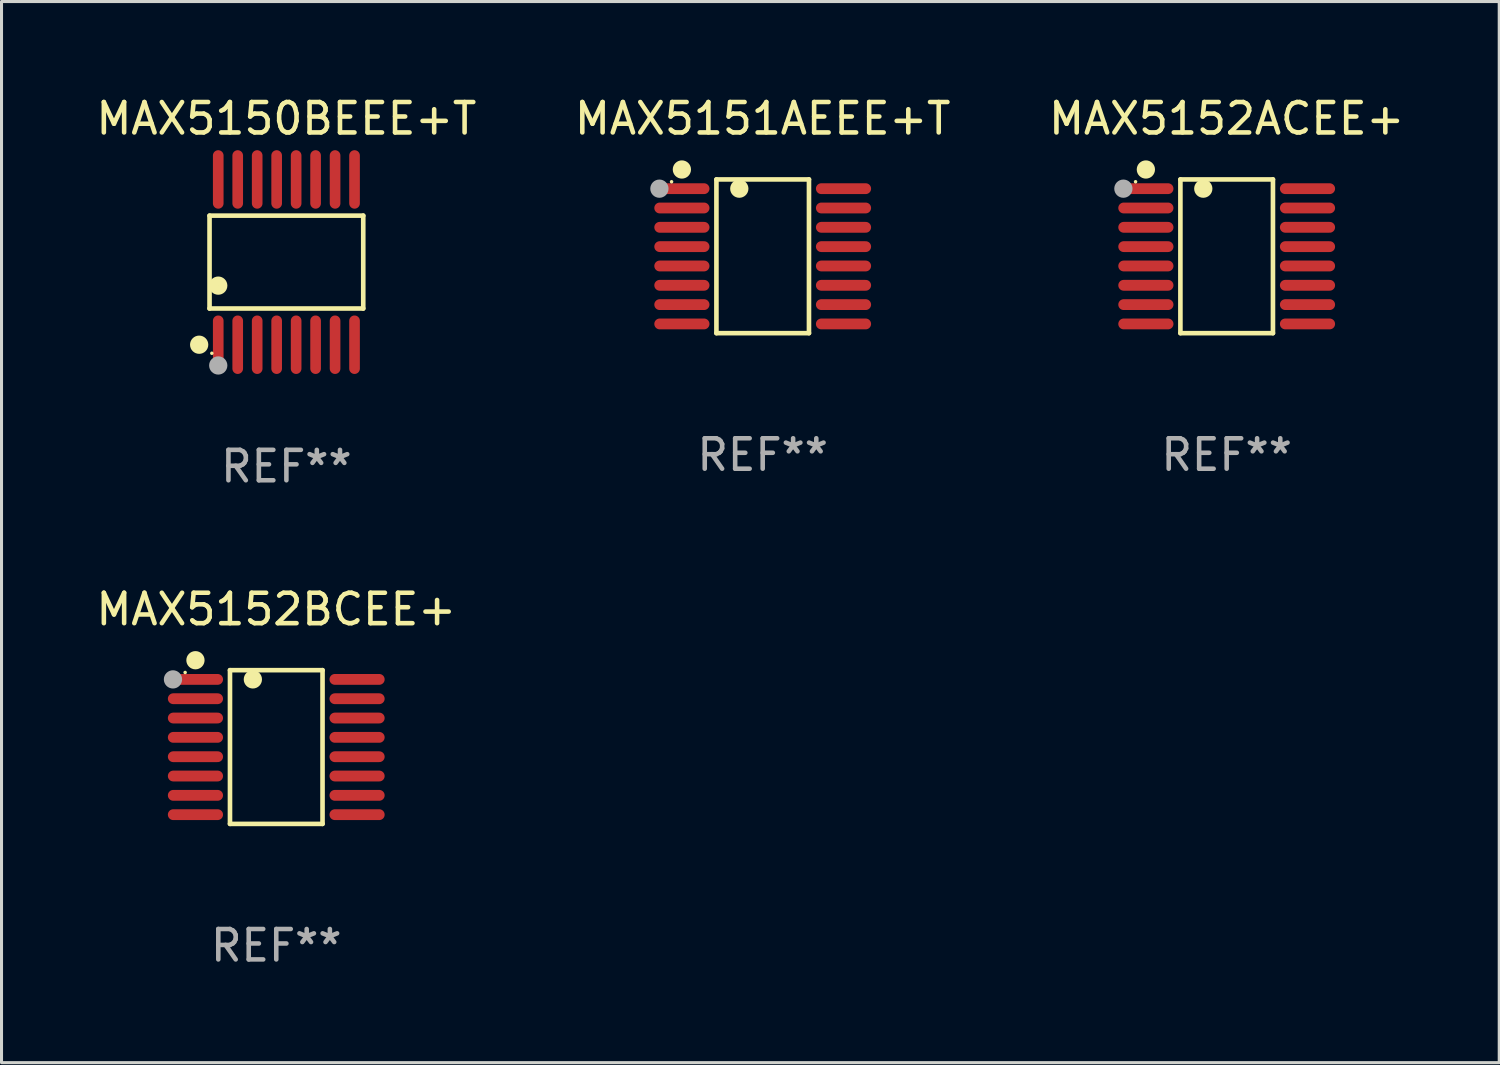
<source format=kicad_pcb>
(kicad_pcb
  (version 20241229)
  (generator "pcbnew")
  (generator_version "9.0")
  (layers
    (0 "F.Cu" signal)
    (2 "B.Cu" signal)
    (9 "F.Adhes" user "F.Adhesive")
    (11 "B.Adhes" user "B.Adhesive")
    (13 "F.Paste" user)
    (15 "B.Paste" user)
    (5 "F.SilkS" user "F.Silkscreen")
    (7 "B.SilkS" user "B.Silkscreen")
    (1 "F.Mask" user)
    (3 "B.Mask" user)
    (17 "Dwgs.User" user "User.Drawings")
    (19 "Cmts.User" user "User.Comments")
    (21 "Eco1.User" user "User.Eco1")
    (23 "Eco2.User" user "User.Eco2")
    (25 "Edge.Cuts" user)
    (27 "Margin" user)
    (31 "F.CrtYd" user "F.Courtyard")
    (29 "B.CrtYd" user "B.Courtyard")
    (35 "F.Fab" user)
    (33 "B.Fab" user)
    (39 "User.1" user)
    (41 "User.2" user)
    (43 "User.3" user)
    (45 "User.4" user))
  (footprint "MAX5150BEEE+T"
    (layer "F.Cu")
    (at 6.363 5.564)
    (property "Reference" "MAX5150BEEE+T" (at 0 -4.716 0) (layer "F.SilkS") (effects (font (size 1 1) (thickness 0.15))))
    (attr through_hole)
    (fp_line (start -2.526 -1.526) (end 2.526 -1.526) (stroke (width 0.152) (type solid)) (layer "F.SilkS"))
    (fp_line (start -2.526 1.526) (end -2.526 -1.526) (stroke (width 0.152) (type solid)) (layer "F.SilkS"))
    (fp_line (start 2.526 -1.526) (end 2.526 1.526) (stroke (width 0.152) (type solid)) (layer "F.SilkS"))
    (fp_line (start 2.526 1.526) (end -2.526 1.526) (stroke (width 0.152) (type solid)) (layer "F.SilkS"))
    (fp_circle (center -2.867 2.716) (end -2.717 2.716) (stroke (width 0.3) (type solid)) (fill no) (layer "F.SilkS"))
    (fp_circle (center -2.45 2.997) (end -2.42 2.997) (stroke (width 0.06) (type solid)) (fill no) (layer "F.SilkS"))
    (fp_circle (center -2.24 0.774) (end -2.09 0.774) (stroke (width 0.3) (type solid)) (fill no) (layer "F.SilkS"))
    (fp_circle (center -2.24 3.398) (end -2.09 3.398) (stroke (width 0.3) (type solid)) (fill no) (layer "F.Fab"))
    (fp_text user "REF**" (at 0 6.716 0) (layer "F.Fab") (effects (font (size 1 1) (thickness 0.15))))
    (pad "1" smd oval (at -2.24 2.716) (size 0.35 1.922) (layers "F.Cu" "F.Mask" "F.Paste"))
    (pad "2" smd oval (at -1.6 2.716) (size 0.35 1.922) (layers "F.Cu" "F.Mask" "F.Paste"))
    (pad "3" smd oval (at -0.96 2.716) (size 0.35 1.922) (layers "F.Cu" "F.Mask" "F.Paste"))
    (pad "4" smd oval (at -0.32 2.716) (size 0.35 1.922) (layers "F.Cu" "F.Mask" "F.Paste"))
    (pad "5" smd oval (at 0.32 2.716) (size 0.35 1.922) (layers "F.Cu" "F.Mask" "F.Paste"))
    (pad "6" smd oval (at 0.96 2.716) (size 0.35 1.922) (layers "F.Cu" "F.Mask" "F.Paste"))
    (pad "7" smd oval (at 1.6 2.716) (size 0.35 1.922) (layers "F.Cu" "F.Mask" "F.Paste"))
    (pad "8" smd oval (at 2.24 2.716) (size 0.35 1.922) (layers "F.Cu" "F.Mask" "F.Paste"))
    (pad "9" smd oval (at 2.24 -2.716) (size 0.35 1.922) (layers "F.Cu" "F.Mask" "F.Paste"))
    (pad "10" smd oval (at 1.6 -2.716) (size 0.35 1.922) (layers "F.Cu" "F.Mask" "F.Paste"))
    (pad "11" smd oval (at 0.96 -2.716) (size 0.35 1.922) (layers "F.Cu" "F.Mask" "F.Paste"))
    (pad "12" smd oval (at 0.32 -2.716) (size 0.35 1.922) (layers "F.Cu" "F.Mask" "F.Paste"))
    (pad "13" smd oval (at -0.32 -2.716) (size 0.35 1.922) (layers "F.Cu" "F.Mask" "F.Paste"))
    (pad "14" smd oval (at -0.96 -2.716) (size 0.35 1.922) (layers "F.Cu" "F.Mask" "F.Paste"))
    (pad "15" smd oval (at -1.6 -2.716) (size 0.35 1.922) (layers "F.Cu" "F.Mask" "F.Paste"))
    (pad "16" smd oval (at -2.24 -2.716) (size 0.35 1.922) (layers "F.Cu" "F.Mask" "F.Paste")))
  (footprint "MAX5151AEEE+T"
    (layer "F.Cu")
    (at 22.018 5.374)
    (property "Reference" "MAX5151AEEE+T" (at 0 -4.526 0) (layer "F.SilkS") (effects (font (size 1 1) (thickness 0.15))))
    (attr through_hole)
    (fp_line (start -1.521 -2.526) (end 1.521 -2.526) (stroke (width 0.152) (type solid)) (layer "F.SilkS"))
    (fp_line (start -1.521 2.526) (end -1.521 -2.526) (stroke (width 0.152) (type solid)) (layer "F.SilkS"))
    (fp_line (start 1.521 -2.526) (end 1.521 2.526) (stroke (width 0.152) (type solid)) (layer "F.SilkS"))
    (fp_line (start 1.521 2.526) (end -1.521 2.526) (stroke (width 0.152) (type solid)) (layer "F.SilkS"))
    (fp_circle (center -2.995 -2.45) (end -2.965 -2.45) (stroke (width 0.06) (type solid)) (fill no) (layer "F.SilkS"))
    (fp_circle (center -2.656 -2.853) (end -2.506 -2.853) (stroke (width 0.3) (type solid)) (fill no) (layer "F.SilkS"))
    (fp_circle (center -0.769 -2.223) (end -0.619 -2.223) (stroke (width 0.3) (type solid)) (fill no) (layer "F.SilkS"))
    (fp_circle (center -3.395 -2.223) (end -3.245 -2.223) (stroke (width 0.3) (type solid)) (fill no) (layer "F.Fab"))
    (fp_text user "REF**" (at 0 6.526 0) (layer "F.Fab") (effects (font (size 1 1) (thickness 0.15))))
    (pad "1" smd oval (at -2.656 -2.223 270) (size 0.356 1.813) (layers "F.Cu" "F.Mask" "F.Paste"))
    (pad "2" smd oval (at -2.656 -1.588 270) (size 0.356 1.813) (layers "F.Cu" "F.Mask" "F.Paste"))
    (pad "3" smd oval (at -2.656 -0.953 270) (size 0.356 1.813) (layers "F.Cu" "F.Mask" "F.Paste"))
    (pad "4" smd oval (at -2.656 -0.318 270) (size 0.356 1.813) (layers "F.Cu" "F.Mask" "F.Paste"))
    (pad "5" smd oval (at -2.656 0.318 270) (size 0.356 1.813) (layers "F.Cu" "F.Mask" "F.Paste"))
    (pad "6" smd oval (at -2.656 0.953 270) (size 0.356 1.813) (layers "F.Cu" "F.Mask" "F.Paste"))
    (pad "7" smd oval (at -2.656 1.588 270) (size 0.356 1.813) (layers "F.Cu" "F.Mask" "F.Paste"))
    (pad "8" smd oval (at -2.656 2.223 270) (size 0.356 1.813) (layers "F.Cu" "F.Mask" "F.Paste"))
    (pad "9" smd oval (at 2.656 2.223 270) (size 0.356 1.813) (layers "F.Cu" "F.Mask" "F.Paste"))
    (pad "10" smd oval (at 2.656 1.588 270) (size 0.356 1.813) (layers "F.Cu" "F.Mask" "F.Paste"))
    (pad "11" smd oval (at 2.656 0.953 270) (size 0.356 1.813) (layers "F.Cu" "F.Mask" "F.Paste"))
    (pad "12" smd oval (at 2.656 0.318 270) (size 0.356 1.813) (layers "F.Cu" "F.Mask" "F.Paste"))
    (pad "13" smd oval (at 2.656 -0.318 270) (size 0.356 1.813) (layers "F.Cu" "F.Mask" "F.Paste"))
    (pad "14" smd oval (at 2.656 -0.953 270) (size 0.356 1.813) (layers "F.Cu" "F.Mask" "F.Paste"))
    (pad "15" smd oval (at 2.656 -1.588 270) (size 0.356 1.813) (layers "F.Cu" "F.Mask" "F.Paste"))
    (pad "16" smd oval (at 2.656 -2.223 270) (size 0.356 1.813) (layers "F.Cu" "F.Mask" "F.Paste")))
  (footprint "MAX5152BCEE+"
    (layer "F.Cu")
    (at 6.03 21.503)
    (property "Reference" "MAX5152BCEE+" (at 0 -4.526 0) (layer "F.SilkS") (effects (font (size 1 1) (thickness 0.15))))
    (attr through_hole)
    (fp_line (start -1.521 -2.526) (end 1.521 -2.526) (stroke (width 0.152) (type solid)) (layer "F.SilkS"))
    (fp_line (start -1.521 2.526) (end -1.521 -2.526) (stroke (width 0.152) (type solid)) (layer "F.SilkS"))
    (fp_line (start 1.521 -2.526) (end 1.521 2.526) (stroke (width 0.152) (type solid)) (layer "F.SilkS"))
    (fp_line (start 1.521 2.526) (end -1.521 2.526) (stroke (width 0.152) (type solid)) (layer "F.SilkS"))
    (fp_circle (center -2.995 -2.45) (end -2.965 -2.45) (stroke (width 0.06) (type solid)) (fill no) (layer "F.SilkS"))
    (fp_circle (center -2.656 -2.853) (end -2.506 -2.853) (stroke (width 0.3) (type solid)) (fill no) (layer "F.SilkS"))
    (fp_circle (center -0.769 -2.223) (end -0.619 -2.223) (stroke (width 0.3) (type solid)) (fill no) (layer "F.SilkS"))
    (fp_circle (center -3.395 -2.223) (end -3.245 -2.223) (stroke (width 0.3) (type solid)) (fill no) (layer "F.Fab"))
    (fp_text user "REF**" (at 0 6.526 0) (layer "F.Fab") (effects (font (size 1 1) (thickness 0.15))))
    (pad "1" smd oval (at -2.656 -2.223 270) (size 0.356 1.813) (layers "F.Cu" "F.Mask" "F.Paste"))
    (pad "2" smd oval (at -2.656 -1.588 270) (size 0.356 1.813) (layers "F.Cu" "F.Mask" "F.Paste"))
    (pad "3" smd oval (at -2.656 -0.953 270) (size 0.356 1.813) (layers "F.Cu" "F.Mask" "F.Paste"))
    (pad "4" smd oval (at -2.656 -0.318 270) (size 0.356 1.813) (layers "F.Cu" "F.Mask" "F.Paste"))
    (pad "5" smd oval (at -2.656 0.318 270) (size 0.356 1.813) (layers "F.Cu" "F.Mask" "F.Paste"))
    (pad "6" smd oval (at -2.656 0.953 270) (size 0.356 1.813) (layers "F.Cu" "F.Mask" "F.Paste"))
    (pad "7" smd oval (at -2.656 1.588 270) (size 0.356 1.813) (layers "F.Cu" "F.Mask" "F.Paste"))
    (pad "8" smd oval (at -2.656 2.223 270) (size 0.356 1.813) (layers "F.Cu" "F.Mask" "F.Paste"))
    (pad "9" smd oval (at 2.656 2.223 270) (size 0.356 1.813) (layers "F.Cu" "F.Mask" "F.Paste"))
    (pad "10" smd oval (at 2.656 1.588 270) (size 0.356 1.813) (layers "F.Cu" "F.Mask" "F.Paste"))
    (pad "11" smd oval (at 2.656 0.953 270) (size 0.356 1.813) (layers "F.Cu" "F.Mask" "F.Paste"))
    (pad "12" smd oval (at 2.656 0.318 270) (size 0.356 1.813) (layers "F.Cu" "F.Mask" "F.Paste"))
    (pad "13" smd oval (at 2.656 -0.318 270) (size 0.356 1.813) (layers "F.Cu" "F.Mask" "F.Paste"))
    (pad "14" smd oval (at 2.656 -0.953 270) (size 0.356 1.813) (layers "F.Cu" "F.Mask" "F.Paste"))
    (pad "15" smd oval (at 2.656 -1.588 270) (size 0.356 1.813) (layers "F.Cu" "F.Mask" "F.Paste"))
    (pad "16" smd oval (at 2.656 -2.223 270) (size 0.356 1.813) (layers "F.Cu" "F.Mask" "F.Paste")))
  (footprint "MAX5152ACEE+"
    (layer "F.Cu")
    (at 37.268 5.374)
    (property "Reference" "MAX5152ACEE+" (at 0 -4.526 0) (layer "F.SilkS") (effects (font (size 1 1) (thickness 0.15))))
    (attr through_hole)
    (fp_line (start -1.521 -2.526) (end 1.521 -2.526) (stroke (width 0.152) (type solid)) (layer "F.SilkS"))
    (fp_line (start -1.521 2.526) (end -1.521 -2.526) (stroke (width 0.152) (type solid)) (layer "F.SilkS"))
    (fp_line (start 1.521 -2.526) (end 1.521 2.526) (stroke (width 0.152) (type solid)) (layer "F.SilkS"))
    (fp_line (start 1.521 2.526) (end -1.521 2.526) (stroke (width 0.152) (type solid)) (layer "F.SilkS"))
    (fp_circle (center -2.995 -2.45) (end -2.965 -2.45) (stroke (width 0.06) (type solid)) (fill no) (layer "F.SilkS"))
    (fp_circle (center -2.656 -2.853) (end -2.506 -2.853) (stroke (width 0.3) (type solid)) (fill no) (layer "F.SilkS"))
    (fp_circle (center -0.769 -2.223) (end -0.619 -2.223) (stroke (width 0.3) (type solid)) (fill no) (layer "F.SilkS"))
    (fp_circle (center -3.395 -2.223) (end -3.245 -2.223) (stroke (width 0.3) (type solid)) (fill no) (layer "F.Fab"))
    (fp_text user "REF**" (at 0 6.526 0) (layer "F.Fab") (effects (font (size 1 1) (thickness 0.15))))
    (pad "1" smd oval (at -2.656 -2.223 270) (size 0.356 1.813) (layers "F.Cu" "F.Mask" "F.Paste"))
    (pad "2" smd oval (at -2.656 -1.588 270) (size 0.356 1.813) (layers "F.Cu" "F.Mask" "F.Paste"))
    (pad "3" smd oval (at -2.656 -0.953 270) (size 0.356 1.813) (layers "F.Cu" "F.Mask" "F.Paste"))
    (pad "4" smd oval (at -2.656 -0.318 270) (size 0.356 1.813) (layers "F.Cu" "F.Mask" "F.Paste"))
    (pad "5" smd oval (at -2.656 0.318 270) (size 0.356 1.813) (layers "F.Cu" "F.Mask" "F.Paste"))
    (pad "6" smd oval (at -2.656 0.953 270) (size 0.356 1.813) (layers "F.Cu" "F.Mask" "F.Paste"))
    (pad "7" smd oval (at -2.656 1.588 270) (size 0.356 1.813) (layers "F.Cu" "F.Mask" "F.Paste"))
    (pad "8" smd oval (at -2.656 2.223 270) (size 0.356 1.813) (layers "F.Cu" "F.Mask" "F.Paste"))
    (pad "9" smd oval (at 2.656 2.223 270) (size 0.356 1.813) (layers "F.Cu" "F.Mask" "F.Paste"))
    (pad "10" smd oval (at 2.656 1.588 270) (size 0.356 1.813) (layers "F.Cu" "F.Mask" "F.Paste"))
    (pad "11" smd oval (at 2.656 0.953 270) (size 0.356 1.813) (layers "F.Cu" "F.Mask" "F.Paste"))
    (pad "12" smd oval (at 2.656 0.318 270) (size 0.356 1.813) (layers "F.Cu" "F.Mask" "F.Paste"))
    (pad "13" smd oval (at 2.656 -0.318 270) (size 0.356 1.813) (layers "F.Cu" "F.Mask" "F.Paste"))
    (pad "14" smd oval (at 2.656 -0.953 270) (size 0.356 1.813) (layers "F.Cu" "F.Mask" "F.Paste"))
    (pad "15" smd oval (at 2.656 -1.588 270) (size 0.356 1.813) (layers "F.Cu" "F.Mask" "F.Paste"))
    (pad "16" smd oval (at 2.656 -2.223 270) (size 0.356 1.813) (layers "F.Cu" "F.Mask" "F.Paste")))
  (gr_rect
    (start -3 -3)
    (end 46.226 31.877)
    (stroke (width 0.1) (type default))
    (fill no)
    (layer "Edge.Cuts")))
</source>
